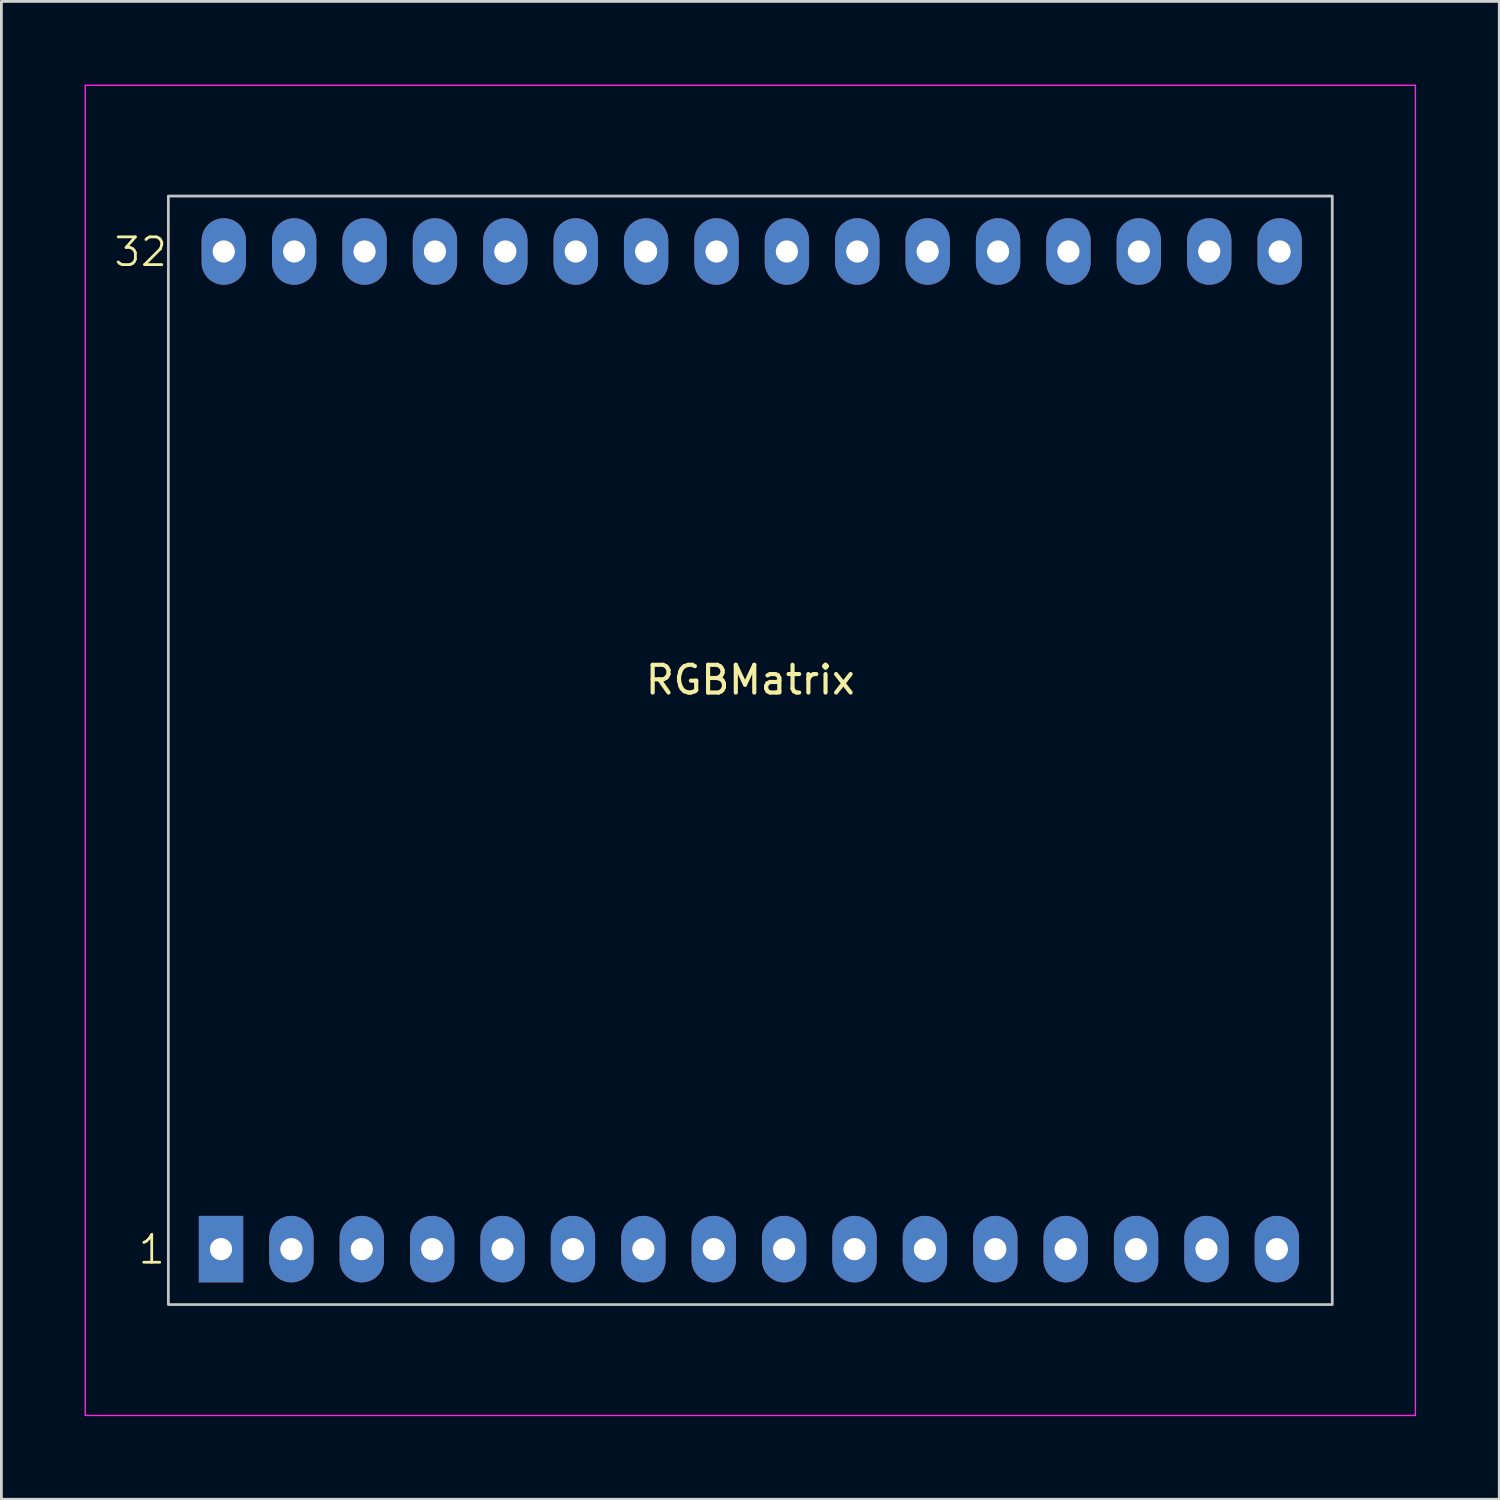
<source format=kicad_pcb>
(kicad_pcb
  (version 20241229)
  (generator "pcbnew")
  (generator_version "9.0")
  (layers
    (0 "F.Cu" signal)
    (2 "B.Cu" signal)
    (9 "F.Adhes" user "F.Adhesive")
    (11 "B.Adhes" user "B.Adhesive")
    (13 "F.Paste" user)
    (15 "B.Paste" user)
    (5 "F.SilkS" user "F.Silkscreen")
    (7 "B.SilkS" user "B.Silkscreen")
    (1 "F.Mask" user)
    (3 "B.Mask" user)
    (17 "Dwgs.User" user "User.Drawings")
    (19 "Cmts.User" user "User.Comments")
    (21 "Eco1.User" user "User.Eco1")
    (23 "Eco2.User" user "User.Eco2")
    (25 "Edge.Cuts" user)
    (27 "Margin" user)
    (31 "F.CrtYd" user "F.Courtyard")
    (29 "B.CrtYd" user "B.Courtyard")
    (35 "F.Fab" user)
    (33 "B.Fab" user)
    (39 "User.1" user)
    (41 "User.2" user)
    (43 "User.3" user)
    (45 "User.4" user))
  (footprint "RGBMatrix"
    (layer "F.Cu")
    (at 24.025 24.025)
    (property "Reference" "RGBMatrix" (at 0 -2.54 180) (layer "F.SilkS") (effects (font (size 1 1) (thickness 0.15))))
    (attr through_hole)
    (fp_rect (start -21 -20) (end 21 20) (stroke (width 0.1) (type default)) (fill no) (layer "Dwgs.User"))
    (fp_rect (start -24 24) (end 24 -24) (stroke (width 0.05) (type default)) (fill no) (layer "F.CrtYd"))
    (fp_text user "32" (at -22 -17.4 0) (unlocked yes) (layer "F.SilkS") (effects (font (size 1 1) (thickness 0.1)) (justify bottom)))
    (fp_text user "1" (at -21.6 18.6 0) (unlocked yes) (layer "F.SilkS") (effects (font (size 1 1) (thickness 0.1)) (justify bottom)))
    (pad "1" thru_hole rect (at -19.1 18 90) (size 2.4 1.6) (drill 0.8) (layers "*.Cu" "*.Mask"))
    (pad "2" thru_hole oval (at -16.56 18 90) (size 2.4 1.6) (drill 0.8) (layers "*.Cu" "*.Mask"))
    (pad "3" thru_hole oval (at -14.02 18 90) (size 2.4 1.6) (drill 0.8) (layers "*.Cu" "*.Mask"))
    (pad "4" thru_hole oval (at -11.48 18 90) (size 2.4 1.6) (drill 0.8) (layers "*.Cu" "*.Mask"))
    (pad "5" thru_hole oval (at -8.94 18 90) (size 2.4 1.6) (drill 0.8) (layers "*.Cu" "*.Mask"))
    (pad "6" thru_hole oval (at -6.4 18 90) (size 2.4 1.6) (drill 0.8) (layers "*.Cu" "*.Mask"))
    (pad "7" thru_hole oval (at -3.86 18 90) (size 2.4 1.6) (drill 0.8) (layers "*.Cu" "*.Mask"))
    (pad "8" thru_hole oval (at -1.32 18 90) (size 2.4 1.6) (drill 0.8) (layers "*.Cu" "*.Mask"))
    (pad "9" thru_hole oval (at 1.22 18 90) (size 2.4 1.6) (drill 0.8) (layers "*.Cu" "*.Mask"))
    (pad "10" thru_hole oval (at 3.76 18 90) (size 2.4 1.6) (drill 0.8) (layers "*.Cu" "*.Mask"))
    (pad "11" thru_hole oval (at 6.3 18 90) (size 2.4 1.6) (drill 0.8) (layers "*.Cu" "*.Mask"))
    (pad "12" thru_hole oval (at 8.84 18 90) (size 2.4 1.6) (drill 0.8) (layers "*.Cu" "*.Mask"))
    (pad "13" thru_hole oval (at 11.38 18 90) (size 2.4 1.6) (drill 0.8) (layers "*.Cu" "*.Mask"))
    (pad "14" thru_hole oval (at 13.92 18 90) (size 2.4 1.6) (drill 0.8) (layers "*.Cu" "*.Mask"))
    (pad "15" thru_hole oval (at 16.46 18 90) (size 2.4 1.6) (drill 0.8) (layers "*.Cu" "*.Mask"))
    (pad "16" thru_hole oval (at 19 18 90) (size 2.4 1.6) (drill 0.8) (layers "*.Cu" "*.Mask"))
    (pad "17" thru_hole oval (at 19.1 -18 90) (size 2.4 1.6) (drill 0.8) (layers "*.Cu" "*.Mask"))
    (pad "18" thru_hole oval (at 16.56 -18 90) (size 2.4 1.6) (drill 0.8) (layers "*.Cu" "*.Mask"))
    (pad "19" thru_hole oval (at 14.02 -18 90) (size 2.4 1.6) (drill 0.8) (layers "*.Cu" "*.Mask"))
    (pad "20" thru_hole oval (at 11.48 -18 90) (size 2.4 1.6) (drill 0.8) (layers "*.Cu" "*.Mask"))
    (pad "21" thru_hole oval (at 8.94 -18 90) (size 2.4 1.6) (drill 0.8) (layers "*.Cu" "*.Mask"))
    (pad "22" thru_hole oval (at 6.4 -18 90) (size 2.4 1.6) (drill 0.8) (layers "*.Cu" "*.Mask"))
    (pad "23" thru_hole oval (at 3.86 -18 90) (size 2.4 1.6) (drill 0.8) (layers "*.Cu" "*.Mask"))
    (pad "24" thru_hole oval (at 1.32 -18 90) (size 2.4 1.6) (drill 0.8) (layers "*.Cu" "*.Mask"))
    (pad "25" thru_hole oval (at -1.22 -18 90) (size 2.4 1.6) (drill 0.8) (layers "*.Cu" "*.Mask"))
    (pad "26" thru_hole oval (at -3.76 -18 90) (size 2.4 1.6) (drill 0.8) (layers "*.Cu" "*.Mask"))
    (pad "27" thru_hole oval (at -6.3 -18 90) (size 2.4 1.6) (drill 0.8) (layers "*.Cu" "*.Mask"))
    (pad "28" thru_hole oval (at -8.84 -18 90) (size 2.4 1.6) (drill 0.8) (layers "*.Cu" "*.Mask"))
    (pad "29" thru_hole oval (at -11.38 -18 90) (size 2.4 1.6) (drill 0.8) (layers "*.Cu" "*.Mask"))
    (pad "30" thru_hole oval (at -13.92 -18 90) (size 2.4 1.6) (drill 0.8) (layers "*.Cu" "*.Mask"))
    (pad "31" thru_hole oval (at -16.46 -18 90) (size 2.4 1.6) (drill 0.8) (layers "*.Cu" "*.Mask"))
    (pad "32" thru_hole oval (at -19 -18 90) (size 2.4 1.6) (drill 0.8) (layers "*.Cu" "*.Mask")))
  (gr_rect
    (start -3 -3)
    (end 51.05 51.05)
    (stroke (width 0.1) (type default))
    (fill no)
    (layer "Edge.Cuts")))
</source>
